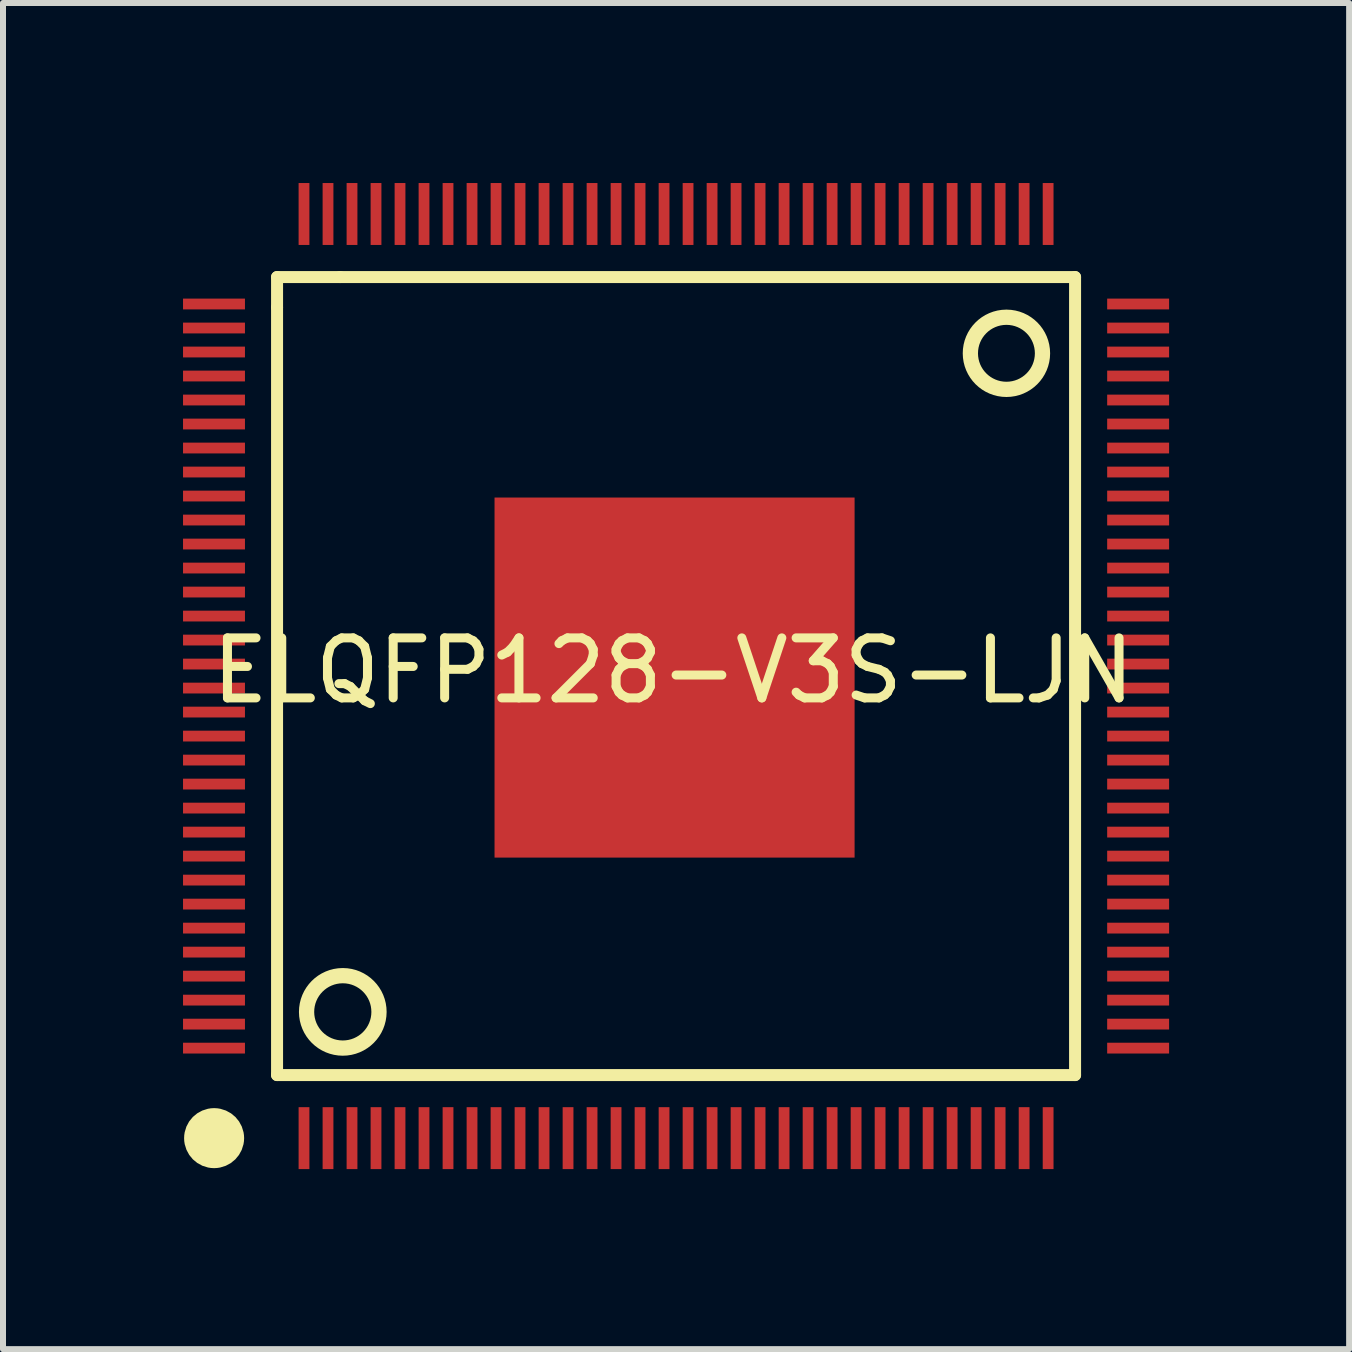
<source format=kicad_pcb>
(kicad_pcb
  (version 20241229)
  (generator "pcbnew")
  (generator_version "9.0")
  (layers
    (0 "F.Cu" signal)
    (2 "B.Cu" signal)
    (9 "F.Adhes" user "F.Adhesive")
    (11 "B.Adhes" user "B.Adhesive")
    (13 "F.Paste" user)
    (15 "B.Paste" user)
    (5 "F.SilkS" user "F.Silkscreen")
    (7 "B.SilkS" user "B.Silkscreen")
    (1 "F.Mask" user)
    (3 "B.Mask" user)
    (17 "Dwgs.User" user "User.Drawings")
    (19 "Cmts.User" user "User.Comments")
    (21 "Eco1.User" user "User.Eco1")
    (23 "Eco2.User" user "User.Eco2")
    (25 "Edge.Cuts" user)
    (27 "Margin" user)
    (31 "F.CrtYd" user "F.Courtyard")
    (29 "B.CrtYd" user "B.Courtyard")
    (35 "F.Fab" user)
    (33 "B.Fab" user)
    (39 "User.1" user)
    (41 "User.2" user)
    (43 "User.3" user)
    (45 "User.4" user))
  (footprint "ELQFP128-V3S-LJN"
    (layer "F.Cu")
    (at 8.169 8.125)
    (property "Reference" "ELQFP128-V3S-LJN" (at 0 0 0) (layer "F.SilkS") (effects (font (size 1 1) (thickness 0.15))))
    (fp_line (start -6.602 -6.558) (end -6.602 -6.053) (stroke (width 0.2) (type default)) (layer "F.SilkS"))
    (fp_line (start -6.602 -6.053) (end -6.602 6.74) (stroke (width 0.2) (type default)) (layer "F.SilkS"))
    (fp_line (start -6.602 6.74) (end 6.696 6.74) (stroke (width 0.2) (type default)) (layer "F.SilkS"))
    (fp_line (start -5.551 -6.558) (end -6.602 -6.558) (stroke (width 0.2) (type default)) (layer "F.SilkS"))
    (fp_line (start 6.696 -6.558) (end -5.551 -6.558) (stroke (width 0.2) (type default)) (layer "F.SilkS"))
    (fp_line (start 6.696 6.74) (end 6.696 -6.558) (stroke (width 0.2) (type default)) (layer "F.SilkS"))
    (fp_arc (start -7.6495 7.541) (mid -7.656 8.041019) (end -7.6525 7.541) (stroke (width 0.5) (type default)) (layer "F.SilkS"))
    (fp_arc (start -5.5035 5.0835) (mid -5.51125 6.290521) (end -5.51 5.0835) (stroke (width 0.254) (type default)) (layer "F.SilkS"))
    (fp_arc (start 5.5555 -5.8885) (mid 5.54775 -4.686479) (end 5.549 -5.8885) (stroke (width 0.254) (type default)) (layer "F.SilkS"))
    (pad "1" smd custom (at -6.153 7.791) (size 0.000001 0.000001) (layers "F.Cu" "F.Mask" "F.Paste") (options (anchor circle)) (primitives (gr_poly (pts (xy -0.09 -0.516) (xy 0.09 -0.516) (xy 0.09 0.516) (xy -0.09 0.516)) (width 0) (fill yes))))
    (pad "2" smd custom (at -5.753 7.791) (size 0.000001 0.000001) (layers "F.Cu" "F.Mask" "F.Paste") (options (anchor circle)) (primitives (gr_poly (pts (xy -0.09 -0.516) (xy 0.09 -0.516) (xy 0.09 0.516) (xy -0.09 0.516)) (width 0) (fill yes))))
    (pad "3" smd custom (at -5.353 7.791) (size 0.000001 0.000001) (layers "F.Cu" "F.Mask" "F.Paste") (options (anchor circle)) (primitives (gr_poly (pts (xy -0.09 -0.516) (xy 0.09 -0.516) (xy 0.09 0.516) (xy -0.09 0.516)) (width 0) (fill yes))))
    (pad "4" smd custom (at -4.953 7.791) (size 0.000001 0.000001) (layers "F.Cu" "F.Mask" "F.Paste") (options (anchor circle)) (primitives (gr_poly (pts (xy -0.09 -0.516) (xy 0.09 -0.516) (xy 0.09 0.516) (xy -0.09 0.516)) (width 0) (fill yes))))
    (pad "5" smd custom (at -4.553 7.791) (size 0.000001 0.000001) (layers "F.Cu" "F.Mask" "F.Paste") (options (anchor circle)) (primitives (gr_poly (pts (xy -0.09 -0.516) (xy 0.09 -0.516) (xy 0.09 0.516) (xy -0.09 0.516)) (width 0) (fill yes))))
    (pad "6" smd custom (at -4.153 7.791) (size 0.000001 0.000001) (layers "F.Cu" "F.Mask" "F.Paste") (options (anchor circle)) (primitives (gr_poly (pts (xy -0.09 -0.516) (xy 0.09 -0.516) (xy 0.09 0.516) (xy -0.09 0.516)) (width 0) (fill yes))))
    (pad "7" smd custom (at -3.753 7.791) (size 0.000001 0.000001) (layers "F.Cu" "F.Mask" "F.Paste") (options (anchor circle)) (primitives (gr_poly (pts (xy -0.09 -0.516) (xy 0.09 -0.516) (xy 0.09 0.516) (xy -0.09 0.516)) (width 0) (fill yes))))
    (pad "8" smd custom (at -3.353 7.791) (size 0.000001 0.000001) (layers "F.Cu" "F.Mask" "F.Paste") (options (anchor circle)) (primitives (gr_poly (pts (xy -0.09 -0.516) (xy 0.09 -0.516) (xy 0.09 0.516) (xy -0.09 0.516)) (width 0) (fill yes))))
    (pad "9" smd custom (at -2.953 7.791) (size 0.000001 0.000001) (layers "F.Cu" "F.Mask" "F.Paste") (options (anchor circle)) (primitives (gr_poly (pts (xy -0.09 -0.516) (xy 0.09 -0.516) (xy 0.09 0.516) (xy -0.09 0.516)) (width 0) (fill yes))))
    (pad "10" smd custom (at -2.553 7.791) (size 0.000001 0.000001) (layers "F.Cu" "F.Mask" "F.Paste") (options (anchor circle)) (primitives (gr_poly (pts (xy -0.09 -0.516) (xy 0.09 -0.516) (xy 0.09 0.516) (xy -0.09 0.516)) (width 0) (fill yes))))
    (pad "11" smd custom (at -2.153 7.791) (size 0.000001 0.000001) (layers "F.Cu" "F.Mask" "F.Paste") (options (anchor circle)) (primitives (gr_poly (pts (xy -0.09 -0.516) (xy 0.09 -0.516) (xy 0.09 0.516) (xy -0.09 0.516)) (width 0) (fill yes))))
    (pad "12" smd custom (at -1.753 7.791) (size 0.000001 0.000001) (layers "F.Cu" "F.Mask" "F.Paste") (options (anchor circle)) (primitives (gr_poly (pts (xy -0.09 -0.516) (xy 0.09 -0.516) (xy 0.09 0.516) (xy -0.09 0.516)) (width 0) (fill yes))))
    (pad "13" smd custom (at -1.353 7.791) (size 0.000001 0.000001) (layers "F.Cu" "F.Mask" "F.Paste") (options (anchor circle)) (primitives (gr_poly (pts (xy -0.09 -0.516) (xy 0.09 -0.516) (xy 0.09 0.516) (xy -0.09 0.516)) (width 0) (fill yes))))
    (pad "14" smd custom (at -0.953 7.791) (size 0.000001 0.000001) (layers "F.Cu" "F.Mask" "F.Paste") (options (anchor circle)) (primitives (gr_poly (pts (xy -0.09 -0.516) (xy 0.09 -0.516) (xy 0.09 0.516) (xy -0.09 0.516)) (width 0) (fill yes))))
    (pad "15" smd custom (at -0.553 7.791) (size 0.000001 0.000001) (layers "F.Cu" "F.Mask" "F.Paste") (options (anchor circle)) (primitives (gr_poly (pts (xy -0.09 -0.516) (xy 0.09 -0.516) (xy 0.09 0.516) (xy -0.09 0.516)) (width 0) (fill yes))))
    (pad "16" smd custom (at -0.153 7.791) (size 0.000001 0.000001) (layers "F.Cu" "F.Mask" "F.Paste") (options (anchor circle)) (primitives (gr_poly (pts (xy -0.09 -0.516) (xy 0.09 -0.516) (xy 0.09 0.516) (xy -0.09 0.516)) (width 0) (fill yes))))
    (pad "17" smd custom (at 0.247 7.791) (size 0.000001 0.000001) (layers "F.Cu" "F.Mask" "F.Paste") (options (anchor circle)) (primitives (gr_poly (pts (xy -0.09 -0.516) (xy 0.09 -0.516) (xy 0.09 0.516) (xy -0.09 0.516)) (width 0) (fill yes))))
    (pad "18" smd custom (at 0.647 7.791) (size 0.000001 0.000001) (layers "F.Cu" "F.Mask" "F.Paste") (options (anchor circle)) (primitives (gr_poly (pts (xy -0.09 -0.516) (xy 0.09 -0.516) (xy 0.09 0.516) (xy -0.09 0.516)) (width 0) (fill yes))))
    (pad "19" smd custom (at 1.047 7.791) (size 0.000001 0.000001) (layers "F.Cu" "F.Mask" "F.Paste") (options (anchor circle)) (primitives (gr_poly (pts (xy -0.09 -0.516) (xy 0.09 -0.516) (xy 0.09 0.516) (xy -0.09 0.516)) (width 0) (fill yes))))
    (pad "20" smd custom (at 1.447 7.791) (size 0.000001 0.000001) (layers "F.Cu" "F.Mask" "F.Paste") (options (anchor circle)) (primitives (gr_poly (pts (xy -0.09 -0.516) (xy 0.09 -0.516) (xy 0.09 0.516) (xy -0.09 0.516)) (width 0) (fill yes))))
    (pad "21" smd custom (at 1.847 7.791) (size 0.000001 0.000001) (layers "F.Cu" "F.Mask" "F.Paste") (options (anchor circle)) (primitives (gr_poly (pts (xy -0.09 -0.516) (xy 0.09 -0.516) (xy 0.09 0.516) (xy -0.09 0.516)) (width 0) (fill yes))))
    (pad "22" smd custom (at 2.247 7.791) (size 0.000001 0.000001) (layers "F.Cu" "F.Mask" "F.Paste") (options (anchor circle)) (primitives (gr_poly (pts (xy -0.09 -0.516) (xy 0.09 -0.516) (xy 0.09 0.516) (xy -0.09 0.516)) (width 0) (fill yes))))
    (pad "23" smd custom (at 2.647 7.791) (size 0.000001 0.000001) (layers "F.Cu" "F.Mask" "F.Paste") (options (anchor circle)) (primitives (gr_poly (pts (xy -0.09 -0.516) (xy 0.09 -0.516) (xy 0.09 0.516) (xy -0.09 0.516)) (width 0) (fill yes))))
    (pad "24" smd custom (at 3.047 7.791) (size 0.000001 0.000001) (layers "F.Cu" "F.Mask" "F.Paste") (options (anchor circle)) (primitives (gr_poly (pts (xy -0.09 -0.516) (xy 0.09 -0.516) (xy 0.09 0.516) (xy -0.09 0.516)) (width 0) (fill yes))))
    (pad "25" smd custom (at 3.447 7.791) (size 0.000001 0.000001) (layers "F.Cu" "F.Mask" "F.Paste") (options (anchor circle)) (primitives (gr_poly (pts (xy -0.09 -0.516) (xy 0.09 -0.516) (xy 0.09 0.516) (xy -0.09 0.516)) (width 0) (fill yes))))
    (pad "26" smd custom (at 3.847 7.791) (size 0.000001 0.000001) (layers "F.Cu" "F.Mask" "F.Paste") (options (anchor circle)) (primitives (gr_poly (pts (xy -0.09 -0.516) (xy 0.09 -0.516) (xy 0.09 0.516) (xy -0.09 0.516)) (width 0) (fill yes))))
    (pad "27" smd custom (at 4.247 7.791) (size 0.000001 0.000001) (layers "F.Cu" "F.Mask" "F.Paste") (options (anchor circle)) (primitives (gr_poly (pts (xy -0.09 -0.516) (xy 0.09 -0.516) (xy 0.09 0.516) (xy -0.09 0.516)) (width 0) (fill yes))))
    (pad "28" smd custom (at 4.647 7.791) (size 0.000001 0.000001) (layers "F.Cu" "F.Mask" "F.Paste") (options (anchor circle)) (primitives (gr_poly (pts (xy -0.09 -0.516) (xy 0.09 -0.516) (xy 0.09 0.516) (xy -0.09 0.516)) (width 0) (fill yes))))
    (pad "29" smd custom (at 5.047 7.791) (size 0.000001 0.000001) (layers "F.Cu" "F.Mask" "F.Paste") (options (anchor circle)) (primitives (gr_poly (pts (xy -0.09 -0.516) (xy 0.09 -0.516) (xy 0.09 0.516) (xy -0.09 0.516)) (width 0) (fill yes))))
    (pad "30" smd custom (at 5.447 7.791) (size 0.000001 0.000001) (layers "F.Cu" "F.Mask" "F.Paste") (options (anchor circle)) (primitives (gr_poly (pts (xy -0.09 -0.516) (xy 0.09 -0.516) (xy 0.09 0.516) (xy -0.09 0.516)) (width 0) (fill yes))))
    (pad "31" smd custom (at 5.847 7.791) (size 0.000001 0.000001) (layers "F.Cu" "F.Mask" "F.Paste") (options (anchor circle)) (primitives (gr_poly (pts (xy -0.09 -0.516) (xy 0.09 -0.516) (xy 0.09 0.516) (xy -0.09 0.516)) (width 0) (fill yes))))
    (pad "32" smd custom (at 6.247 7.791) (size 0.000001 0.000001) (layers "F.Cu" "F.Mask" "F.Paste") (options (anchor circle)) (primitives (gr_poly (pts (xy -0.09 -0.516) (xy 0.09 -0.516) (xy 0.09 0.516) (xy -0.09 0.516)) (width 0) (fill yes))))
    (pad "33" smd custom (at 7.747 6.291) (size 0.000001 0.000001) (layers "F.Cu" "F.Mask" "F.Paste") (options (anchor circle)) (primitives (gr_poly (pts (xy -0.516 0.09) (xy -0.516 -0.09) (xy 0.516 -0.09) (xy 0.516 0.09)) (width 0) (fill yes))))
    (pad "34" smd custom (at 7.747 5.891) (size 0.000001 0.000001) (layers "F.Cu" "F.Mask" "F.Paste") (options (anchor circle)) (primitives (gr_poly (pts (xy -0.516 0.09) (xy -0.516 -0.09) (xy 0.516 -0.09) (xy 0.516 0.09)) (width 0) (fill yes))))
    (pad "35" smd custom (at 7.747 5.491) (size 0.000001 0.000001) (layers "F.Cu" "F.Mask" "F.Paste") (options (anchor circle)) (primitives (gr_poly (pts (xy -0.516 0.09) (xy -0.516 -0.09) (xy 0.516 -0.09) (xy 0.516 0.09)) (width 0) (fill yes))))
    (pad "36" smd custom (at 7.747 5.091) (size 0.000001 0.000001) (layers "F.Cu" "F.Mask" "F.Paste") (options (anchor circle)) (primitives (gr_poly (pts (xy -0.516 0.09) (xy -0.516 -0.09) (xy 0.516 -0.09) (xy 0.516 0.09)) (width 0) (fill yes))))
    (pad "37" smd custom (at 7.747 4.691) (size 0.000001 0.000001) (layers "F.Cu" "F.Mask" "F.Paste") (options (anchor circle)) (primitives (gr_poly (pts (xy -0.516 0.09) (xy -0.516 -0.09) (xy 0.516 -0.09) (xy 0.516 0.09)) (width 0) (fill yes))))
    (pad "38" smd custom (at 7.747 4.291) (size 0.000001 0.000001) (layers "F.Cu" "F.Mask" "F.Paste") (options (anchor circle)) (primitives (gr_poly (pts (xy -0.516 0.09) (xy -0.516 -0.09) (xy 0.516 -0.09) (xy 0.516 0.09)) (width 0) (fill yes))))
    (pad "39" smd custom (at 7.747 3.891) (size 0.000001 0.000001) (layers "F.Cu" "F.Mask" "F.Paste") (options (anchor circle)) (primitives (gr_poly (pts (xy -0.516 0.09) (xy -0.516 -0.09) (xy 0.516 -0.09) (xy 0.516 0.09)) (width 0) (fill yes))))
    (pad "40" smd custom (at 7.747 3.491) (size 0.000001 0.000001) (layers "F.Cu" "F.Mask" "F.Paste") (options (anchor circle)) (primitives (gr_poly (pts (xy -0.516 0.09) (xy -0.516 -0.09) (xy 0.516 -0.09) (xy 0.516 0.09)) (width 0) (fill yes))))
    (pad "41" smd custom (at 7.747 3.091) (size 0.000001 0.000001) (layers "F.Cu" "F.Mask" "F.Paste") (options (anchor circle)) (primitives (gr_poly (pts (xy -0.516 0.09) (xy -0.516 -0.09) (xy 0.516 -0.09) (xy 0.516 0.09)) (width 0) (fill yes))))
    (pad "42" smd custom (at 7.747 2.691) (size 0.000001 0.000001) (layers "F.Cu" "F.Mask" "F.Paste") (options (anchor circle)) (primitives (gr_poly (pts (xy -0.516 0.09) (xy -0.516 -0.09) (xy 0.516 -0.09) (xy 0.516 0.09)) (width 0) (fill yes))))
    (pad "43" smd custom (at 7.747 2.291) (size 0.000001 0.000001) (layers "F.Cu" "F.Mask" "F.Paste") (options (anchor circle)) (primitives (gr_poly (pts (xy -0.516 0.09) (xy -0.516 -0.09) (xy 0.516 -0.09) (xy 0.516 0.09)) (width 0) (fill yes))))
    (pad "44" smd custom (at 7.747 1.891) (size 0.000001 0.000001) (layers "F.Cu" "F.Mask" "F.Paste") (options (anchor circle)) (primitives (gr_poly (pts (xy -0.516 0.09) (xy -0.516 -0.09) (xy 0.516 -0.09) (xy 0.516 0.09)) (width 0) (fill yes))))
    (pad "45" smd custom (at 7.747 1.491) (size 0.000001 0.000001) (layers "F.Cu" "F.Mask" "F.Paste") (options (anchor circle)) (primitives (gr_poly (pts (xy -0.516 0.09) (xy -0.516 -0.09) (xy 0.516 -0.09) (xy 0.516 0.09)) (width 0) (fill yes))))
    (pad "46" smd custom (at 7.747 1.091) (size 0.000001 0.000001) (layers "F.Cu" "F.Mask" "F.Paste") (options (anchor circle)) (primitives (gr_poly (pts (xy -0.516 0.09) (xy -0.516 -0.09) (xy 0.516 -0.09) (xy 0.516 0.09)) (width 0) (fill yes))))
    (pad "47" smd custom (at 7.747 0.691) (size 0.000001 0.000001) (layers "F.Cu" "F.Mask" "F.Paste") (options (anchor circle)) (primitives (gr_poly (pts (xy -0.516 0.09) (xy -0.516 -0.09) (xy 0.516 -0.09) (xy 0.516 0.09)) (width 0) (fill yes))))
    (pad "48" smd custom (at 7.747 0.291) (size 0.000001 0.000001) (layers "F.Cu" "F.Mask" "F.Paste") (options (anchor circle)) (primitives (gr_poly (pts (xy -0.516 0.09) (xy -0.516 -0.09) (xy 0.516 -0.09) (xy 0.516 0.09)) (width 0) (fill yes))))
    (pad "49" smd custom (at 7.747 -0.109) (size 0.000001 0.000001) (layers "F.Cu" "F.Mask" "F.Paste") (options (anchor circle)) (primitives (gr_poly (pts (xy -0.516 0.09) (xy -0.516 -0.09) (xy 0.516 -0.09) (xy 0.516 0.09)) (width 0) (fill yes))))
    (pad "50" smd custom (at 7.747 -0.509) (size 0.000001 0.000001) (layers "F.Cu" "F.Mask" "F.Paste") (options (anchor circle)) (primitives (gr_poly (pts (xy -0.516 0.09) (xy -0.516 -0.09) (xy 0.516 -0.09) (xy 0.516 0.09)) (width 0) (fill yes))))
    (pad "51" smd custom (at 7.747 -0.909) (size 0.000001 0.000001) (layers "F.Cu" "F.Mask" "F.Paste") (options (anchor circle)) (primitives (gr_poly (pts (xy -0.516 0.09) (xy -0.516 -0.09) (xy 0.516 -0.09) (xy 0.516 0.09)) (width 0) (fill yes))))
    (pad "52" smd custom (at 7.747 -1.309) (size 0.000001 0.000001) (layers "F.Cu" "F.Mask" "F.Paste") (options (anchor circle)) (primitives (gr_poly (pts (xy -0.516 0.09) (xy -0.516 -0.09) (xy 0.516 -0.09) (xy 0.516 0.09)) (width 0) (fill yes))))
    (pad "53" smd custom (at 7.747 -1.709) (size 0.000001 0.000001) (layers "F.Cu" "F.Mask" "F.Paste") (options (anchor circle)) (primitives (gr_poly (pts (xy -0.516 0.09) (xy -0.516 -0.09) (xy 0.516 -0.09) (xy 0.516 0.09)) (width 0) (fill yes))))
    (pad "54" smd custom (at 7.747 -2.109) (size 0.000001 0.000001) (layers "F.Cu" "F.Mask" "F.Paste") (options (anchor circle)) (primitives (gr_poly (pts (xy -0.516 0.09) (xy -0.516 -0.09) (xy 0.516 -0.09) (xy 0.516 0.09)) (width 0) (fill yes))))
    (pad "55" smd custom (at 7.747 -2.509) (size 0.000001 0.000001) (layers "F.Cu" "F.Mask" "F.Paste") (options (anchor circle)) (primitives (gr_poly (pts (xy -0.516 0.09) (xy -0.516 -0.09) (xy 0.516 -0.09) (xy 0.516 0.09)) (width 0) (fill yes))))
    (pad "56" smd custom (at 7.747 -2.909) (size 0.000001 0.000001) (layers "F.Cu" "F.Mask" "F.Paste") (options (anchor circle)) (primitives (gr_poly (pts (xy -0.516 0.09) (xy -0.516 -0.09) (xy 0.516 -0.09) (xy 0.516 0.09)) (width 0) (fill yes))))
    (pad "57" smd custom (at 7.747 -3.309) (size 0.000001 0.000001) (layers "F.Cu" "F.Mask" "F.Paste") (options (anchor circle)) (primitives (gr_poly (pts (xy -0.516 0.09) (xy -0.516 -0.09) (xy 0.516 -0.09) (xy 0.516 0.09)) (width 0) (fill yes))))
    (pad "58" smd custom (at 7.747 -3.709) (size 0.000001 0.000001) (layers "F.Cu" "F.Mask" "F.Paste") (options (anchor circle)) (primitives (gr_poly (pts (xy -0.516 0.09) (xy -0.516 -0.09) (xy 0.516 -0.09) (xy 0.516 0.09)) (width 0) (fill yes))))
    (pad "59" smd custom (at 7.747 -4.109) (size 0.000001 0.000001) (layers "F.Cu" "F.Mask" "F.Paste") (options (anchor circle)) (primitives (gr_poly (pts (xy -0.516 0.09) (xy -0.516 -0.09) (xy 0.516 -0.09) (xy 0.516 0.09)) (width 0) (fill yes))))
    (pad "60" smd custom (at 7.747 -4.509) (size 0.000001 0.000001) (layers "F.Cu" "F.Mask" "F.Paste") (options (anchor circle)) (primitives (gr_poly (pts (xy -0.516 0.09) (xy -0.516 -0.09) (xy 0.516 -0.09) (xy 0.516 0.09)) (width 0) (fill yes))))
    (pad "61" smd custom (at 7.747 -4.909) (size 0.000001 0.000001) (layers "F.Cu" "F.Mask" "F.Paste") (options (anchor circle)) (primitives (gr_poly (pts (xy -0.516 0.09) (xy -0.516 -0.09) (xy 0.516 -0.09) (xy 0.516 0.09)) (width 0) (fill yes))))
    (pad "62" smd custom (at 7.747 -5.309) (size 0.000001 0.000001) (layers "F.Cu" "F.Mask" "F.Paste") (options (anchor circle)) (primitives (gr_poly (pts (xy -0.516 0.09) (xy -0.516 -0.09) (xy 0.516 -0.09) (xy 0.516 0.09)) (width 0) (fill yes))))
    (pad "63" smd custom (at 7.747 -5.709) (size 0.000001 0.000001) (layers "F.Cu" "F.Mask" "F.Paste") (options (anchor circle)) (primitives (gr_poly (pts (xy -0.516 0.09) (xy -0.516 -0.09) (xy 0.516 -0.09) (xy 0.516 0.09)) (width 0) (fill yes))))
    (pad "64" smd custom (at 7.747 -6.109) (size 0.000001 0.000001) (layers "F.Cu" "F.Mask" "F.Paste") (options (anchor circle)) (primitives (gr_poly (pts (xy -0.516 0.09) (xy -0.516 -0.09) (xy 0.516 -0.09) (xy 0.516 0.09)) (width 0) (fill yes))))
    (pad "65" smd custom (at 6.247 -7.609) (size 0.000001 0.000001) (layers "F.Cu" "F.Mask" "F.Paste") (options (anchor circle)) (primitives (gr_poly (pts (xy -0.09 -0.516) (xy 0.09 -0.516) (xy 0.09 0.516) (xy -0.09 0.516)) (width 0) (fill yes))))
    (pad "66" smd custom (at 5.847 -7.609) (size 0.000001 0.000001) (layers "F.Cu" "F.Mask" "F.Paste") (options (anchor circle)) (primitives (gr_poly (pts (xy -0.09 -0.516) (xy 0.09 -0.516) (xy 0.09 0.516) (xy -0.09 0.516)) (width 0) (fill yes))))
    (pad "67" smd custom (at 5.447 -7.609) (size 0.000001 0.000001) (layers "F.Cu" "F.Mask" "F.Paste") (options (anchor circle)) (primitives (gr_poly (pts (xy -0.09 -0.516) (xy 0.09 -0.516) (xy 0.09 0.516) (xy -0.09 0.516)) (width 0) (fill yes))))
    (pad "68" smd custom (at 5.047 -7.609) (size 0.000001 0.000001) (layers "F.Cu" "F.Mask" "F.Paste") (options (anchor circle)) (primitives (gr_poly (pts (xy -0.09 -0.516) (xy 0.09 -0.516) (xy 0.09 0.516) (xy -0.09 0.516)) (width 0) (fill yes))))
    (pad "69" smd custom (at 4.647 -7.609) (size 0.000001 0.000001) (layers "F.Cu" "F.Mask" "F.Paste") (options (anchor circle)) (primitives (gr_poly (pts (xy -0.09 -0.516) (xy 0.09 -0.516) (xy 0.09 0.516) (xy -0.09 0.516)) (width 0) (fill yes))))
    (pad "70" smd custom (at 4.247 -7.609) (size 0.000001 0.000001) (layers "F.Cu" "F.Mask" "F.Paste") (options (anchor circle)) (primitives (gr_poly (pts (xy -0.09 -0.516) (xy 0.09 -0.516) (xy 0.09 0.516) (xy -0.09 0.516)) (width 0) (fill yes))))
    (pad "71" smd custom (at 3.847 -7.609) (size 0.000001 0.000001) (layers "F.Cu" "F.Mask" "F.Paste") (options (anchor circle)) (primitives (gr_poly (pts (xy -0.09 -0.516) (xy 0.09 -0.516) (xy 0.09 0.516) (xy -0.09 0.516)) (width 0) (fill yes))))
    (pad "72" smd custom (at 3.447 -7.609) (size 0.000001 0.000001) (layers "F.Cu" "F.Mask" "F.Paste") (options (anchor circle)) (primitives (gr_poly (pts (xy -0.09 -0.516) (xy 0.09 -0.516) (xy 0.09 0.516) (xy -0.09 0.516)) (width 0) (fill yes))))
    (pad "73" smd custom (at 3.047 -7.609) (size 0.000001 0.000001) (layers "F.Cu" "F.Mask" "F.Paste") (options (anchor circle)) (primitives (gr_poly (pts (xy -0.09 -0.516) (xy 0.09 -0.516) (xy 0.09 0.516) (xy -0.09 0.516)) (width 0) (fill yes))))
    (pad "74" smd custom (at 2.647 -7.609) (size 0.000001 0.000001) (layers "F.Cu" "F.Mask" "F.Paste") (options (anchor circle)) (primitives (gr_poly (pts (xy -0.09 -0.516) (xy 0.09 -0.516) (xy 0.09 0.516) (xy -0.09 0.516)) (width 0) (fill yes))))
    (pad "75" smd custom (at 2.247 -7.609) (size 0.000001 0.000001) (layers "F.Cu" "F.Mask" "F.Paste") (options (anchor circle)) (primitives (gr_poly (pts (xy -0.09 -0.516) (xy 0.09 -0.516) (xy 0.09 0.516) (xy -0.09 0.516)) (width 0) (fill yes))))
    (pad "76" smd custom (at 1.847 -7.609) (size 0.000001 0.000001) (layers "F.Cu" "F.Mask" "F.Paste") (options (anchor circle)) (primitives (gr_poly (pts (xy -0.09 -0.516) (xy 0.09 -0.516) (xy 0.09 0.516) (xy -0.09 0.516)) (width 0) (fill yes))))
    (pad "77" smd custom (at 1.447 -7.609) (size 0.000001 0.000001) (layers "F.Cu" "F.Mask" "F.Paste") (options (anchor circle)) (primitives (gr_poly (pts (xy -0.09 -0.516) (xy 0.09 -0.516) (xy 0.09 0.516) (xy -0.09 0.516)) (width 0) (fill yes))))
    (pad "78" smd custom (at 1.047 -7.609) (size 0.000001 0.000001) (layers "F.Cu" "F.Mask" "F.Paste") (options (anchor circle)) (primitives (gr_poly (pts (xy -0.09 -0.516) (xy 0.09 -0.516) (xy 0.09 0.516) (xy -0.09 0.516)) (width 0) (fill yes))))
    (pad "79" smd custom (at 0.647 -7.609) (size 0.000001 0.000001) (layers "F.Cu" "F.Mask" "F.Paste") (options (anchor circle)) (primitives (gr_poly (pts (xy -0.09 -0.516) (xy 0.09 -0.516) (xy 0.09 0.516) (xy -0.09 0.516)) (width 0) (fill yes))))
    (pad "80" smd custom (at 0.247 -7.609) (size 0.000001 0.000001) (layers "F.Cu" "F.Mask" "F.Paste") (options (anchor circle)) (primitives (gr_poly (pts (xy -0.09 -0.516) (xy 0.09 -0.516) (xy 0.09 0.516) (xy -0.09 0.516)) (width 0) (fill yes))))
    (pad "81" smd custom (at -0.153 -7.609) (size 0.000001 0.000001) (layers "F.Cu" "F.Mask" "F.Paste") (options (anchor circle)) (primitives (gr_poly (pts (xy -0.09 -0.516) (xy 0.09 -0.516) (xy 0.09 0.516) (xy -0.09 0.516)) (width 0) (fill yes))))
    (pad "82" smd custom (at -0.553 -7.609) (size 0.000001 0.000001) (layers "F.Cu" "F.Mask" "F.Paste") (options (anchor circle)) (primitives (gr_poly (pts (xy -0.09 -0.516) (xy 0.09 -0.516) (xy 0.09 0.516) (xy -0.09 0.516)) (width 0) (fill yes))))
    (pad "83" smd custom (at -0.953 -7.609) (size 0.000001 0.000001) (layers "F.Cu" "F.Mask" "F.Paste") (options (anchor circle)) (primitives (gr_poly (pts (xy -0.09 -0.516) (xy 0.09 -0.516) (xy 0.09 0.516) (xy -0.09 0.516)) (width 0) (fill yes))))
    (pad "84" smd custom (at -1.353 -7.609) (size 0.000001 0.000001) (layers "F.Cu" "F.Mask" "F.Paste") (options (anchor circle)) (primitives (gr_poly (pts (xy -0.09 -0.516) (xy 0.09 -0.516) (xy 0.09 0.516) (xy -0.09 0.516)) (width 0) (fill yes))))
    (pad "85" smd custom (at -1.753 -7.609) (size 0.000001 0.000001) (layers "F.Cu" "F.Mask" "F.Paste") (options (anchor circle)) (primitives (gr_poly (pts (xy -0.09 -0.516) (xy 0.09 -0.516) (xy 0.09 0.516) (xy -0.09 0.516)) (width 0) (fill yes))))
    (pad "86" smd custom (at -2.153 -7.609) (size 0.000001 0.000001) (layers "F.Cu" "F.Mask" "F.Paste") (options (anchor circle)) (primitives (gr_poly (pts (xy -0.09 -0.516) (xy 0.09 -0.516) (xy 0.09 0.516) (xy -0.09 0.516)) (width 0) (fill yes))))
    (pad "87" smd custom (at -2.553 -7.609) (size 0.000001 0.000001) (layers "F.Cu" "F.Mask" "F.Paste") (options (anchor circle)) (primitives (gr_poly (pts (xy -0.09 -0.516) (xy 0.09 -0.516) (xy 0.09 0.516) (xy -0.09 0.516)) (width 0) (fill yes))))
    (pad "88" smd custom (at -2.953 -7.609) (size 0.000001 0.000001) (layers "F.Cu" "F.Mask" "F.Paste") (options (anchor circle)) (primitives (gr_poly (pts (xy -0.09 -0.516) (xy 0.09 -0.516) (xy 0.09 0.516) (xy -0.09 0.516)) (width 0) (fill yes))))
    (pad "89" smd custom (at -3.353 -7.609) (size 0.000001 0.000001) (layers "F.Cu" "F.Mask" "F.Paste") (options (anchor circle)) (primitives (gr_poly (pts (xy -0.09 -0.516) (xy 0.09 -0.516) (xy 0.09 0.516) (xy -0.09 0.516)) (width 0) (fill yes))))
    (pad "90" smd custom (at -3.753 -7.609) (size 0.000001 0.000001) (layers "F.Cu" "F.Mask" "F.Paste") (options (anchor circle)) (primitives (gr_poly (pts (xy -0.09 -0.516) (xy 0.09 -0.516) (xy 0.09 0.516) (xy -0.09 0.516)) (width 0) (fill yes))))
    (pad "91" smd custom (at -4.153 -7.609) (size 0.000001 0.000001) (layers "F.Cu" "F.Mask" "F.Paste") (options (anchor circle)) (primitives (gr_poly (pts (xy -0.09 -0.516) (xy 0.09 -0.516) (xy 0.09 0.516) (xy -0.09 0.516)) (width 0) (fill yes))))
    (pad "92" smd custom (at -4.553 -7.609) (size 0.000001 0.000001) (layers "F.Cu" "F.Mask" "F.Paste") (options (anchor circle)) (primitives (gr_poly (pts (xy -0.09 -0.516) (xy 0.09 -0.516) (xy 0.09 0.516) (xy -0.09 0.516)) (width 0) (fill yes))))
    (pad "93" smd custom (at -4.953 -7.609) (size 0.000001 0.000001) (layers "F.Cu" "F.Mask" "F.Paste") (options (anchor circle)) (primitives (gr_poly (pts (xy -0.09 -0.516) (xy 0.09 -0.516) (xy 0.09 0.516) (xy -0.09 0.516)) (width 0) (fill yes))))
    (pad "94" smd custom (at -5.353 -7.609) (size 0.000001 0.000001) (layers "F.Cu" "F.Mask" "F.Paste") (options (anchor circle)) (primitives (gr_poly (pts (xy -0.09 -0.516) (xy 0.09 -0.516) (xy 0.09 0.516) (xy -0.09 0.516)) (width 0) (fill yes))))
    (pad "95" smd custom (at -5.753 -7.609) (size 0.000001 0.000001) (layers "F.Cu" "F.Mask" "F.Paste") (options (anchor circle)) (primitives (gr_poly (pts (xy -0.09 -0.516) (xy 0.09 -0.516) (xy 0.09 0.516) (xy -0.09 0.516)) (width 0) (fill yes))))
    (pad "96" smd custom (at -6.153 -7.609) (size 0.000001 0.000001) (layers "F.Cu" "F.Mask" "F.Paste") (options (anchor circle)) (primitives (gr_poly (pts (xy -0.09 -0.516) (xy 0.09 -0.516) (xy 0.09 0.516) (xy -0.09 0.516)) (width 0) (fill yes))))
    (pad "97" smd custom (at -7.653 -6.109) (size 0.000001 0.000001) (layers "F.Cu" "F.Mask" "F.Paste") (options (anchor circle)) (primitives (gr_poly (pts (xy -0.516 0.09) (xy -0.516 -0.09) (xy 0.516 -0.09) (xy 0.516 0.09)) (width 0) (fill yes))))
    (pad "98" smd custom (at -7.653 -5.709) (size 0.000001 0.000001) (layers "F.Cu" "F.Mask" "F.Paste") (options (anchor circle)) (primitives (gr_poly (pts (xy -0.516 0.09) (xy -0.516 -0.09) (xy 0.516 -0.09) (xy 0.516 0.09)) (width 0) (fill yes))))
    (pad "99" smd custom (at -7.653 -5.309) (size 0.000001 0.000001) (layers "F.Cu" "F.Mask" "F.Paste") (options (anchor circle)) (primitives (gr_poly (pts (xy -0.516 0.09) (xy -0.516 -0.09) (xy 0.516 -0.09) (xy 0.516 0.09)) (width 0) (fill yes))))
    (pad "100" smd custom (at -7.653 -4.909) (size 0.000001 0.000001) (layers "F.Cu" "F.Mask" "F.Paste") (options (anchor circle)) (primitives (gr_poly (pts (xy -0.516 0.09) (xy -0.516 -0.09) (xy 0.516 -0.09) (xy 0.516 0.09)) (width 0) (fill yes))))
    (pad "101" smd custom (at -7.653 -4.509) (size 0.000001 0.000001) (layers "F.Cu" "F.Mask" "F.Paste") (options (anchor circle)) (primitives (gr_poly (pts (xy -0.516 0.09) (xy -0.516 -0.09) (xy 0.516 -0.09) (xy 0.516 0.09)) (width 0) (fill yes))))
    (pad "102" smd custom (at -7.653 -4.109) (size 0.000001 0.000001) (layers "F.Cu" "F.Mask" "F.Paste") (options (anchor circle)) (primitives (gr_poly (pts (xy -0.516 0.09) (xy -0.516 -0.09) (xy 0.516 -0.09) (xy 0.516 0.09)) (width 0) (fill yes))))
    (pad "103" smd custom (at -7.653 -3.709) (size 0.000001 0.000001) (layers "F.Cu" "F.Mask" "F.Paste") (options (anchor circle)) (primitives (gr_poly (pts (xy -0.516 0.09) (xy -0.516 -0.09) (xy 0.516 -0.09) (xy 0.516 0.09)) (width 0) (fill yes))))
    (pad "104" smd custom (at -7.653 -3.309) (size 0.000001 0.000001) (layers "F.Cu" "F.Mask" "F.Paste") (options (anchor circle)) (primitives (gr_poly (pts (xy -0.516 0.09) (xy -0.516 -0.09) (xy 0.516 -0.09) (xy 0.516 0.09)) (width 0) (fill yes))))
    (pad "105" smd custom (at -7.653 -2.909) (size 0.000001 0.000001) (layers "F.Cu" "F.Mask" "F.Paste") (options (anchor circle)) (primitives (gr_poly (pts (xy -0.516 0.09) (xy -0.516 -0.09) (xy 0.516 -0.09) (xy 0.516 0.09)) (width 0) (fill yes))))
    (pad "106" smd custom (at -7.653 -2.509) (size 0.000001 0.000001) (layers "F.Cu" "F.Mask" "F.Paste") (options (anchor circle)) (primitives (gr_poly (pts (xy -0.516 0.09) (xy -0.516 -0.09) (xy 0.516 -0.09) (xy 0.516 0.09)) (width 0) (fill yes))))
    (pad "107" smd custom (at -7.653 -2.109) (size 0.000001 0.000001) (layers "F.Cu" "F.Mask" "F.Paste") (options (anchor circle)) (primitives (gr_poly (pts (xy -0.516 0.09) (xy -0.516 -0.09) (xy 0.516 -0.09) (xy 0.516 0.09)) (width 0) (fill yes))))
    (pad "108" smd custom (at -7.653 -1.709) (size 0.000001 0.000001) (layers "F.Cu" "F.Mask" "F.Paste") (options (anchor circle)) (primitives (gr_poly (pts (xy -0.516 0.09) (xy -0.516 -0.09) (xy 0.516 -0.09) (xy 0.516 0.09)) (width 0) (fill yes))))
    (pad "109" smd custom (at -7.653 -1.309) (size 0.000001 0.000001) (layers "F.Cu" "F.Mask" "F.Paste") (options (anchor circle)) (primitives (gr_poly (pts (xy -0.516 0.09) (xy -0.516 -0.09) (xy 0.516 -0.09) (xy 0.516 0.09)) (width 0) (fill yes))))
    (pad "110" smd custom (at -7.653 -0.909) (size 0.000001 0.000001) (layers "F.Cu" "F.Mask" "F.Paste") (options (anchor circle)) (primitives (gr_poly (pts (xy -0.516 0.09) (xy -0.516 -0.09) (xy 0.516 -0.09) (xy 0.516 0.09)) (width 0) (fill yes))))
    (pad "111" smd custom (at -7.653 -0.509) (size 0.000001 0.000001) (layers "F.Cu" "F.Mask" "F.Paste") (options (anchor circle)) (primitives (gr_poly (pts (xy -0.516 0.09) (xy -0.516 -0.09) (xy 0.516 -0.09) (xy 0.516 0.09)) (width 0) (fill yes))))
    (pad "112" smd custom (at -7.653 -0.109) (size 0.000001 0.000001) (layers "F.Cu" "F.Mask" "F.Paste") (options (anchor circle)) (primitives (gr_poly (pts (xy -0.516 0.09) (xy -0.516 -0.09) (xy 0.516 -0.09) (xy 0.516 0.09)) (width 0) (fill yes))))
    (pad "113" smd custom (at -7.653 0.291) (size 0.000001 0.000001) (layers "F.Cu" "F.Mask" "F.Paste") (options (anchor circle)) (primitives (gr_poly (pts (xy -0.516 0.09) (xy -0.516 -0.09) (xy 0.516 -0.09) (xy 0.516 0.09)) (width 0) (fill yes))))
    (pad "114" smd custom (at -7.653 0.691) (size 0.000001 0.000001) (layers "F.Cu" "F.Mask" "F.Paste") (options (anchor circle)) (primitives (gr_poly (pts (xy -0.516 0.09) (xy -0.516 -0.09) (xy 0.516 -0.09) (xy 0.516 0.09)) (width 0) (fill yes))))
    (pad "115" smd custom (at -7.653 1.091) (size 0.000001 0.000001) (layers "F.Cu" "F.Mask" "F.Paste") (options (anchor circle)) (primitives (gr_poly (pts (xy -0.516 0.09) (xy -0.516 -0.09) (xy 0.516 -0.09) (xy 0.516 0.09)) (width 0) (fill yes))))
    (pad "116" smd custom (at -7.653 1.491) (size 0.000001 0.000001) (layers "F.Cu" "F.Mask" "F.Paste") (options (anchor circle)) (primitives (gr_poly (pts (xy -0.516 0.09) (xy -0.516 -0.09) (xy 0.516 -0.09) (xy 0.516 0.09)) (width 0) (fill yes))))
    (pad "117" smd custom (at -7.653 1.891) (size 0.000001 0.000001) (layers "F.Cu" "F.Mask" "F.Paste") (options (anchor circle)) (primitives (gr_poly (pts (xy -0.516 0.09) (xy -0.516 -0.09) (xy 0.516 -0.09) (xy 0.516 0.09)) (width 0) (fill yes))))
    (pad "118" smd custom (at -7.653 2.291) (size 0.000001 0.000001) (layers "F.Cu" "F.Mask" "F.Paste") (options (anchor circle)) (primitives (gr_poly (pts (xy -0.516 0.09) (xy -0.516 -0.09) (xy 0.516 -0.09) (xy 0.516 0.09)) (width 0) (fill yes))))
    (pad "119" smd custom (at -7.653 2.691) (size 0.000001 0.000001) (layers "F.Cu" "F.Mask" "F.Paste") (options (anchor circle)) (primitives (gr_poly (pts (xy -0.516 0.09) (xy -0.516 -0.09) (xy 0.516 -0.09) (xy 0.516 0.09)) (width 0) (fill yes))))
    (pad "120" smd custom (at -7.653 3.091) (size 0.000001 0.000001) (layers "F.Cu" "F.Mask" "F.Paste") (options (anchor circle)) (primitives (gr_poly (pts (xy -0.516 0.09) (xy -0.516 -0.09) (xy 0.516 -0.09) (xy 0.516 0.09)) (width 0) (fill yes))))
    (pad "121" smd custom (at -7.653 3.491) (size 0.000001 0.000001) (layers "F.Cu" "F.Mask" "F.Paste") (options (anchor circle)) (primitives (gr_poly (pts (xy -0.516 0.09) (xy -0.516 -0.09) (xy 0.516 -0.09) (xy 0.516 0.09)) (width 0) (fill yes))))
    (pad "122" smd custom (at -7.653 3.891) (size 0.000001 0.000001) (layers "F.Cu" "F.Mask" "F.Paste") (options (anchor circle)) (primitives (gr_poly (pts (xy -0.516 0.09) (xy -0.516 -0.09) (xy 0.516 -0.09) (xy 0.516 0.09)) (width 0) (fill yes))))
    (pad "123" smd custom (at -7.653 4.291) (size 0.000001 0.000001) (layers "F.Cu" "F.Mask" "F.Paste") (options (anchor circle)) (primitives (gr_poly (pts (xy -0.516 0.09) (xy -0.516 -0.09) (xy 0.516 -0.09) (xy 0.516 0.09)) (width 0) (fill yes))))
    (pad "124" smd custom (at -7.653 4.691) (size 0.000001 0.000001) (layers "F.Cu" "F.Mask" "F.Paste") (options (anchor circle)) (primitives (gr_poly (pts (xy -0.516 0.09) (xy -0.516 -0.09) (xy 0.516 -0.09) (xy 0.516 0.09)) (width 0) (fill yes))))
    (pad "125" smd custom (at -7.653 5.091) (size 0.000001 0.000001) (layers "F.Cu" "F.Mask" "F.Paste") (options (anchor circle)) (primitives (gr_poly (pts (xy -0.516 0.09) (xy -0.516 -0.09) (xy 0.516 -0.09) (xy 0.516 0.09)) (width 0) (fill yes))))
    (pad "126" smd custom (at -7.653 5.491) (size 0.000001 0.000001) (layers "F.Cu" "F.Mask" "F.Paste") (options (anchor circle)) (primitives (gr_poly (pts (xy -0.516 0.09) (xy -0.516 -0.09) (xy 0.516 -0.09) (xy 0.516 0.09)) (width 0) (fill yes))))
    (pad "127" smd custom (at -7.653 5.891) (size 0.000001 0.000001) (layers "F.Cu" "F.Mask" "F.Paste") (options (anchor circle)) (primitives (gr_poly (pts (xy -0.516 0.09) (xy -0.516 -0.09) (xy 0.516 -0.09) (xy 0.516 0.09)) (width 0) (fill yes))))
    (pad "128" smd custom (at -7.653 6.291) (size 0.000001 0.000001) (layers "F.Cu" "F.Mask" "F.Paste") (options (anchor circle)) (primitives (gr_poly (pts (xy -0.516 0.09) (xy -0.516 -0.09) (xy 0.516 -0.09) (xy 0.516 0.09)) (width 0) (fill yes))))
    (pad "129" smd rect (at 0.022 0.116 270) (size 6 6) (layers "F.Cu" "F.Mask" "F.Paste")))
  (gr_rect
    (start -3 -3)
    (end 19.432 19.432)
    (stroke (width 0.1) (type default))
    (fill no)
    (layer "Edge.Cuts")))
</source>
